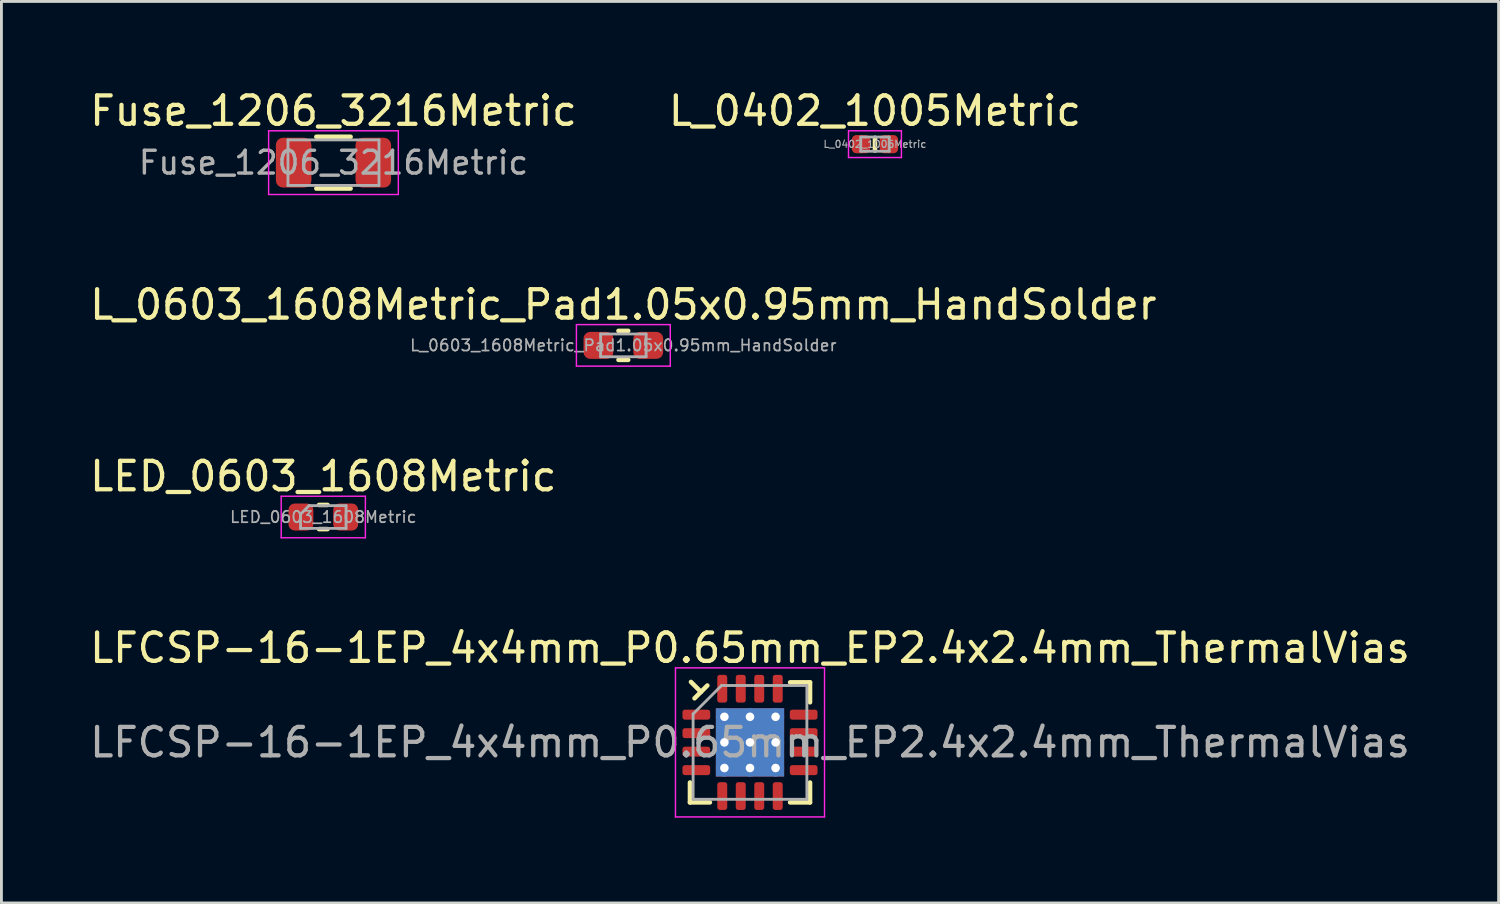
<source format=kicad_pcb>
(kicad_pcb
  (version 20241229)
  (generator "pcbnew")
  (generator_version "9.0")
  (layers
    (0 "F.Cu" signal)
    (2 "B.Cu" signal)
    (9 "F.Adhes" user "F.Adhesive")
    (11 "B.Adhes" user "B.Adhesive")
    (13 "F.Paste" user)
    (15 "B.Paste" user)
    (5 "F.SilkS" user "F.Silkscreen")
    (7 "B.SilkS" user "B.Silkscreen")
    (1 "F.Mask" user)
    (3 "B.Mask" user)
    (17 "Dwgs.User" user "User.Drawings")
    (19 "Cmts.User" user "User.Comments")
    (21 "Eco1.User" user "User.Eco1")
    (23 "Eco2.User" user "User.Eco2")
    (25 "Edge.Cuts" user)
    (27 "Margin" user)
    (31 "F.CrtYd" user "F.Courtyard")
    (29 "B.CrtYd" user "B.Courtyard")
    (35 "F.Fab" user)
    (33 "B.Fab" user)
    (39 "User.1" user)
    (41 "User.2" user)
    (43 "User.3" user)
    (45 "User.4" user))
  (footprint "LFCSP-16-1EP_4x4mm_P0.65mm_EP2.4x2.4mm_ThermalVias"
    (layer "F.Cu")
    (at 23.315 23.048)
    (property "Reference" "LFCSP-16-1EP_4x4mm_P0.65mm_EP2.4x2.4mm_ThermalVias" (at 0 -3.32 0) (layer "F.SilkS") (effects (font (size 1 1) (thickness 0.15))))
    (attr smd)
    (fp_line (start -2.11 2.11) (end -2.11 1.41) (stroke (width 0.16) (type solid)) (layer "F.SilkS"))
    (fp_line (start -1.725 -1.775) (end -2.075 -2.125) (stroke (width 0.16) (type solid)) (layer "F.SilkS"))
    (fp_line (start -1.5 -2) (end -1.95 -1.55) (stroke (width 0.16) (type solid)) (layer "F.SilkS"))
    (fp_line (start -1.41 2.11) (end -2.11 2.11) (stroke (width 0.16) (type solid)) (layer "F.SilkS"))
    (fp_line (start 1.41 -2.11) (end 2.11 -2.11) (stroke (width 0.16) (type solid)) (layer "F.SilkS"))
    (fp_line (start 1.41 2.11) (end 2.11 2.11) (stroke (width 0.16) (type solid)) (layer "F.SilkS"))
    (fp_line (start 2.11 -2.11) (end 2.11 -1.41) (stroke (width 0.16) (type solid)) (layer "F.SilkS"))
    (fp_line (start 2.11 2.11) (end 2.11 1.41) (stroke (width 0.16) (type solid)) (layer "F.SilkS"))
    (fp_line (start -2.62 -2.62) (end -2.62 2.62) (stroke (width 0.05) (type solid)) (layer "F.CrtYd"))
    (fp_line (start -2.62 2.62) (end 2.62 2.62) (stroke (width 0.05) (type solid)) (layer "F.CrtYd"))
    (fp_line (start 2.62 -2.62) (end -2.62 -2.62) (stroke (width 0.05) (type solid)) (layer "F.CrtYd"))
    (fp_line (start 2.62 2.62) (end 2.62 -2.62) (stroke (width 0.05) (type solid)) (layer "F.CrtYd"))
    (fp_line (start -2 -1) (end -1 -2) (stroke (width 0.1) (type solid)) (layer "F.Fab"))
    (fp_line (start -2 2) (end -2 -1) (stroke (width 0.1) (type solid)) (layer "F.Fab"))
    (fp_line (start -1 -2) (end 2 -2) (stroke (width 0.1) (type solid)) (layer "F.Fab"))
    (fp_line (start 2 -2) (end 2 2) (stroke (width 0.1) (type solid)) (layer "F.Fab"))
    (fp_line (start 2 2) (end -2 2) (stroke (width 0.1) (type solid)) (layer "F.Fab"))
    (fp_text user "${REFERENCE}" (at 0 0 0) (layer "F.Fab") (effects (font (size 1 1) (thickness 0.15))))
    (pad "" smd roundrect (at -0.6 -0.6) (size 1.04 1.04) (layers "F.Paste") (roundrect_rratio 0.24))
    (pad "" smd roundrect (at -0.6 0.6) (size 1.04 1.04) (layers "F.Paste") (roundrect_rratio 0.24))
    (pad "" smd roundrect (at 0.6 -0.6) (size 1.04 1.04) (layers "F.Paste") (roundrect_rratio 0.24))
    (pad "" smd roundrect (at 0.6 0.6) (size 1.04 1.04) (layers "F.Paste") (roundrect_rratio 0.24))
    (pad "1" smd roundrect (at -1.887 -0.975) (size 0.975 0.35) (layers "F.Cu" "F.Mask" "F.Paste") (roundrect_rratio 0.25))
    (pad "2" smd roundrect (at -1.887 -0.325) (size 0.975 0.35) (layers "F.Cu" "F.Mask" "F.Paste") (roundrect_rratio 0.25))
    (pad "3" smd roundrect (at -1.887 0.325) (size 0.975 0.35) (layers "F.Cu" "F.Mask" "F.Paste") (roundrect_rratio 0.25))
    (pad "4" smd roundrect (at -1.887 0.975) (size 0.975 0.35) (layers "F.Cu" "F.Mask" "F.Paste") (roundrect_rratio 0.25))
    (pad "5" smd roundrect (at -0.975 1.887) (size 0.35 0.975) (layers "F.Cu" "F.Mask" "F.Paste") (roundrect_rratio 0.25))
    (pad "6" smd roundrect (at -0.325 1.887) (size 0.35 0.975) (layers "F.Cu" "F.Mask" "F.Paste") (roundrect_rratio 0.25))
    (pad "7" smd roundrect (at 0.325 1.887) (size 0.35 0.975) (layers "F.Cu" "F.Mask" "F.Paste") (roundrect_rratio 0.25))
    (pad "8" smd roundrect (at 0.975 1.887) (size 0.35 0.975) (layers "F.Cu" "F.Mask" "F.Paste") (roundrect_rratio 0.25))
    (pad "9" smd roundrect (at 1.887 0.975) (size 0.975 0.35) (layers "F.Cu" "F.Mask" "F.Paste") (roundrect_rratio 0.25))
    (pad "10" smd roundrect (at 1.887 0.325) (size 0.975 0.35) (layers "F.Cu" "F.Mask" "F.Paste") (roundrect_rratio 0.25))
    (pad "11" smd roundrect (at 1.887 -0.325) (size 0.975 0.35) (layers "F.Cu" "F.Mask" "F.Paste") (roundrect_rratio 0.25))
    (pad "12" smd roundrect (at 1.887 -0.975) (size 0.975 0.35) (layers "F.Cu" "F.Mask" "F.Paste") (roundrect_rratio 0.25))
    (pad "13" smd roundrect (at 0.975 -1.887) (size 0.35 0.975) (layers "F.Cu" "F.Mask" "F.Paste") (roundrect_rratio 0.25))
    (pad "14" smd roundrect (at 0.325 -1.887) (size 0.35 0.975) (layers "F.Cu" "F.Mask" "F.Paste") (roundrect_rratio 0.25))
    (pad "15" smd roundrect (at -0.325 -1.887) (size 0.35 0.975) (layers "F.Cu" "F.Mask" "F.Paste") (roundrect_rratio 0.25))
    (pad "16" smd roundrect (at -0.975 -1.887) (size 0.35 0.975) (layers "F.Cu" "F.Mask" "F.Paste") (roundrect_rratio 0.25))
    (pad "17" thru_hole circle (at -0.9 -0.9) (size 0.6 0.6) (drill 0.3) (layers "*.Cu"))
    (pad "17" thru_hole circle (at -0.9 0) (size 0.6 0.6) (drill 0.3) (layers "*.Cu"))
    (pad "17" thru_hole circle (at -0.9 0.9) (size 0.6 0.6) (drill 0.3) (layers "*.Cu"))
    (pad "17" thru_hole circle (at 0 -0.9) (size 0.6 0.6) (drill 0.3) (layers "*.Cu"))
    (pad "17" thru_hole circle (at 0 0) (size 0.6 0.6) (drill 0.3) (layers "*.Cu"))
    (pad "17" smd rect (at 0 0) (size 2.4 2.4) (layers "F.Cu" "F.Mask"))
    (pad "17" smd rect (at 0 0) (size 2.4 2.4) (layers "B.Cu"))
    (pad "17" thru_hole circle (at 0 0.9) (size 0.6 0.6) (drill 0.3) (layers "*.Cu"))
    (pad "17" thru_hole circle (at 0.9 -0.9) (size 0.6 0.6) (drill 0.3) (layers "*.Cu"))
    (pad "17" thru_hole circle (at 0.9 0) (size 0.6 0.6) (drill 0.3) (layers "*.Cu"))
    (pad "17" thru_hole circle (at 0.9 0.9) (size 0.6 0.6) (drill 0.3) (layers "*.Cu")))
  (footprint "L_0603_1608Metric_Pad1.05x0.95mm_HandSolder"
    (layer "F.Cu")
    (at 18.863 9.091)
    (property "Reference" "L_0603_1608Metric_Pad1.05x0.95mm_HandSolder" (at 0 -1.43 0) (layer "F.SilkS") (effects (font (size 1 1) (thickness 0.15))))
    (attr smd)
    (fp_line (start -0.171 -0.51) (end 0.171 -0.51) (stroke (width 0.16) (type solid)) (layer "F.SilkS"))
    (fp_line (start -0.171 0.51) (end 0.171 0.51) (stroke (width 0.16) (type solid)) (layer "F.SilkS"))
    (fp_line (start -1.65 -0.73) (end 1.65 -0.73) (stroke (width 0.05) (type solid)) (layer "F.CrtYd"))
    (fp_line (start -1.65 0.73) (end -1.65 -0.73) (stroke (width 0.05) (type solid)) (layer "F.CrtYd"))
    (fp_line (start 1.65 -0.73) (end 1.65 0.73) (stroke (width 0.05) (type solid)) (layer "F.CrtYd"))
    (fp_line (start 1.65 0.73) (end -1.65 0.73) (stroke (width 0.05) (type solid)) (layer "F.CrtYd"))
    (fp_line (start -0.8 -0.4) (end 0.8 -0.4) (stroke (width 0.1) (type solid)) (layer "F.Fab"))
    (fp_line (start -0.8 0.4) (end -0.8 -0.4) (stroke (width 0.1) (type solid)) (layer "F.Fab"))
    (fp_line (start 0.8 -0.4) (end 0.8 0.4) (stroke (width 0.1) (type solid)) (layer "F.Fab"))
    (fp_line (start 0.8 0.4) (end -0.8 0.4) (stroke (width 0.1) (type solid)) (layer "F.Fab"))
    (fp_text user "${REFERENCE}" (at 0 0 0) (layer "F.Fab") (effects (font (size 0.4 0.4) (thickness 0.06))))
    (pad "1" smd roundrect (at -0.875 0) (size 1.05 0.95) (layers "F.Cu" "F.Mask" "F.Paste") (roundrect_rratio 0.25))
    (pad "2" smd roundrect (at 0.875 0) (size 1.05 0.95) (layers "F.Cu" "F.Mask" "F.Paste") (roundrect_rratio 0.25)))
  (footprint "Fuse_1206_3216Metric"
    (layer "F.Cu")
    (at 8.673 2.668)
    (property "Reference" "Fuse_1206_3216Metric" (at 0 -1.82 0) (layer "F.SilkS") (effects (font (size 1 1) (thickness 0.15))))
    (attr smd)
    (fp_line (start -0.602 -0.91) (end 0.602 -0.91) (stroke (width 0.16) (type solid)) (layer "F.SilkS"))
    (fp_line (start -0.602 0.91) (end 0.602 0.91) (stroke (width 0.16) (type solid)) (layer "F.SilkS"))
    (fp_line (start -2.28 -1.12) (end 2.28 -1.12) (stroke (width 0.05) (type solid)) (layer "F.CrtYd"))
    (fp_line (start -2.28 1.12) (end -2.28 -1.12) (stroke (width 0.05) (type solid)) (layer "F.CrtYd"))
    (fp_line (start 2.28 -1.12) (end 2.28 1.12) (stroke (width 0.05) (type solid)) (layer "F.CrtYd"))
    (fp_line (start 2.28 1.12) (end -2.28 1.12) (stroke (width 0.05) (type solid)) (layer "F.CrtYd"))
    (fp_line (start -1.6 -0.8) (end 1.6 -0.8) (stroke (width 0.1) (type solid)) (layer "F.Fab"))
    (fp_line (start -1.6 0.8) (end -1.6 -0.8) (stroke (width 0.1) (type solid)) (layer "F.Fab"))
    (fp_line (start 1.6 -0.8) (end 1.6 0.8) (stroke (width 0.1) (type solid)) (layer "F.Fab"))
    (fp_line (start 1.6 0.8) (end -1.6 0.8) (stroke (width 0.1) (type solid)) (layer "F.Fab"))
    (fp_text user "${REFERENCE}" (at 0 0 0) (layer "F.Fab") (effects (font (size 0.8 0.8) (thickness 0.12))))
    (pad "1" smd roundrect (at -1.4 0) (size 1.25 1.75) (layers "F.Cu" "F.Mask" "F.Paste") (roundrect_rratio 0.2))
    (pad "2" smd roundrect (at 1.4 0) (size 1.25 1.75) (layers "F.Cu" "F.Mask" "F.Paste") (roundrect_rratio 0.2)))
  (footprint "L_0402_1005Metric"
    (layer "F.Cu")
    (at 27.708 2.018)
    (property "Reference" "L_0402_1005Metric" (at 0 -1.17 0) (layer "F.SilkS") (effects (font (size 1 1) (thickness 0.15))))
    (attr smd)
    (fp_line (start 0 -0.225) (end 0 0.225) (stroke (width 0.16) (type solid)) (layer "F.SilkS"))
    (fp_line (start -0.93 -0.47) (end 0.93 -0.47) (stroke (width 0.05) (type solid)) (layer "F.CrtYd"))
    (fp_line (start -0.93 0.47) (end -0.93 -0.47) (stroke (width 0.05) (type solid)) (layer "F.CrtYd"))
    (fp_line (start 0.93 -0.47) (end 0.93 0.47) (stroke (width 0.05) (type solid)) (layer "F.CrtYd"))
    (fp_line (start 0.93 0.47) (end -0.93 0.47) (stroke (width 0.05) (type solid)) (layer "F.CrtYd"))
    (fp_line (start -0.5 -0.25) (end 0.5 -0.25) (stroke (width 0.1) (type solid)) (layer "F.Fab"))
    (fp_line (start -0.5 0.25) (end -0.5 -0.25) (stroke (width 0.1) (type solid)) (layer "F.Fab"))
    (fp_line (start 0.5 -0.25) (end 0.5 0.25) (stroke (width 0.1) (type solid)) (layer "F.Fab"))
    (fp_line (start 0.5 0.25) (end -0.5 0.25) (stroke (width 0.1) (type solid)) (layer "F.Fab"))
    (fp_text user "${REFERENCE}" (at 0 0 0) (layer "F.Fab") (effects (font (size 0.25 0.25) (thickness 0.04))))
    (pad "1" smd roundrect (at -0.49 0) (size 0.65 0.64) (layers "F.Cu" "F.Mask" "F.Paste") (roundrect_rratio 0.25))
    (pad "2" smd roundrect (at 0.49 0) (size 0.65 0.64) (layers "F.Cu" "F.Mask" "F.Paste") (roundrect_rratio 0.25)))
  (footprint "LED_0603_1608Metric"
    (layer "F.Cu")
    (at 8.315 15.125)
    (property "Reference" "LED_0603_1608Metric" (at 0 -1.43 0) (layer "F.SilkS") (effects (font (size 1 1) (thickness 0.15))))
    (attr smd)
    (fp_line (start -0.15 -0.425) (end 0.15 -0.425) (stroke (width 0.16) (type solid)) (layer "F.SilkS"))
    (fp_line (start -0.15 0.425) (end 0.15 0.425) (stroke (width 0.16) (type solid)) (layer "F.SilkS"))
    (fp_line (start -1.48 -0.73) (end 1.48 -0.73) (stroke (width 0.05) (type solid)) (layer "F.CrtYd"))
    (fp_line (start -1.48 0.73) (end -1.48 -0.73) (stroke (width 0.05) (type solid)) (layer "F.CrtYd"))
    (fp_line (start 1.48 -0.73) (end 1.48 0.73) (stroke (width 0.05) (type solid)) (layer "F.CrtYd"))
    (fp_line (start 1.48 0.73) (end -1.48 0.73) (stroke (width 0.05) (type solid)) (layer "F.CrtYd"))
    (fp_line (start -0.8 -0.1) (end -0.8 0.4) (stroke (width 0.1) (type solid)) (layer "F.Fab"))
    (fp_line (start -0.8 0.4) (end 0.8 0.4) (stroke (width 0.1) (type solid)) (layer "F.Fab"))
    (fp_line (start -0.5 -0.4) (end -0.8 -0.1) (stroke (width 0.1) (type solid)) (layer "F.Fab"))
    (fp_line (start 0.8 -0.4) (end -0.5 -0.4) (stroke (width 0.1) (type solid)) (layer "F.Fab"))
    (fp_line (start 0.8 0.4) (end 0.8 -0.4) (stroke (width 0.1) (type solid)) (layer "F.Fab"))
    (fp_text user "${REFERENCE}" (at 0 0 0) (layer "F.Fab") (effects (font (size 0.4 0.4) (thickness 0.06))))
    (pad "1" smd roundrect (at -0.787 0) (size 0.875 0.95) (layers "F.Cu" "F.Mask" "F.Paste") (roundrect_rratio 0.25))
    (pad "2" smd roundrect (at 0.787 0) (size 0.875 0.95) (layers "F.Cu" "F.Mask" "F.Paste") (roundrect_rratio 0.25)))
  (gr_rect
    (start -3 -3)
    (end 49.631 28.693)
    (stroke (width 0.1) (type default))
    (fill no)
    (layer "Edge.Cuts")))
</source>
